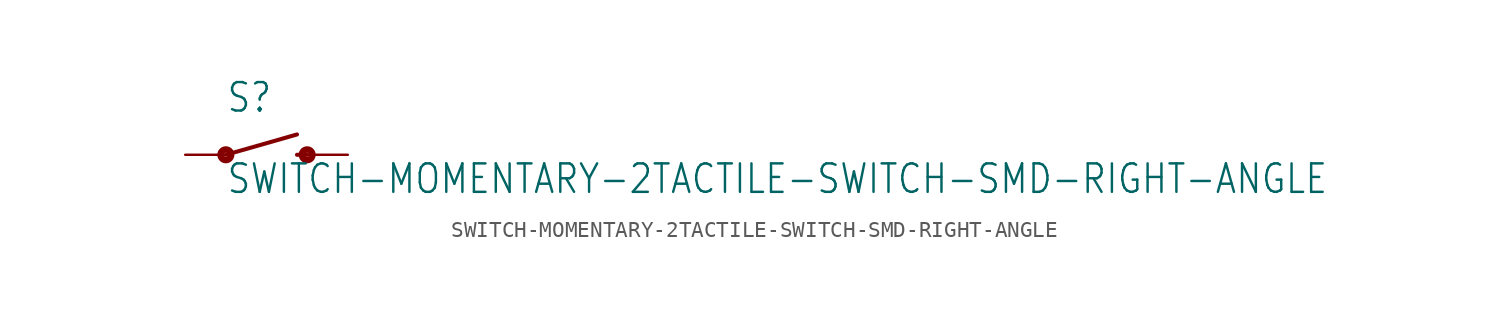
<source format=kicad_sym>
(kicad_symbol_lib
  (version 20211014)
  (generator kicad_symbol_editor)
  (symbol "SWITCH-MOMENTARY-2TACTILE-SWITCH-SMD-RIGHT-ANGLE"
    (property "Reference" "S"
      (at -2.54 2.54 0)
      (effects (font (size 1.778 1.511)) (justify left bottom)))
    (property "Value" "SWITCH-MOMENTARY-2TACTILE-SWITCH-SMD-RIGHT-ANGLE"
      (at -2.54 -2.54 0)
      (effects (font (size 1.778 1.511)) (justify left bottom)))
    (property "ki_locked" ""
      (at 0 0 0)
      (effects (font (size 1.27 1.27))))
    (symbol "SWITCH-MOMENTARY-2TACTILE-SWITCH-SMD-RIGHT-ANGLE_1_0"
      (circle (center -2.54 0) (radius 0.127) (stroke (width 0.406) (type default) (color 0 0 0 0)) (fill (type none)))
      (polyline (pts (xy -2.54 0) (xy 1.905 1.27)) (stroke (width 0.254) (type default) (color 0 0 0 0)) (fill (type none)))
      (polyline (pts (xy 1.905 0) (xy 2.54 0)) (stroke (width 0.254) (type default) (color 0 0 0 0)) (fill (type none)))
      (circle (center 2.54 0) (radius 0.127) (stroke (width 0.406) (type default) (color 0 0 0 0)) (fill (type none)))
      (pin passive line (at -5.08 0 0) (length 2.54) (name "1" (effects (font (size 0 0)))) (number "1" (effects (font (size 0 0)))))
      (pin passive line (at 5.08 0 180) (length 2.54) (name "2" (effects (font (size 0 0)))) (number "2" (effects (font (size 0 0))))))))
</source>
